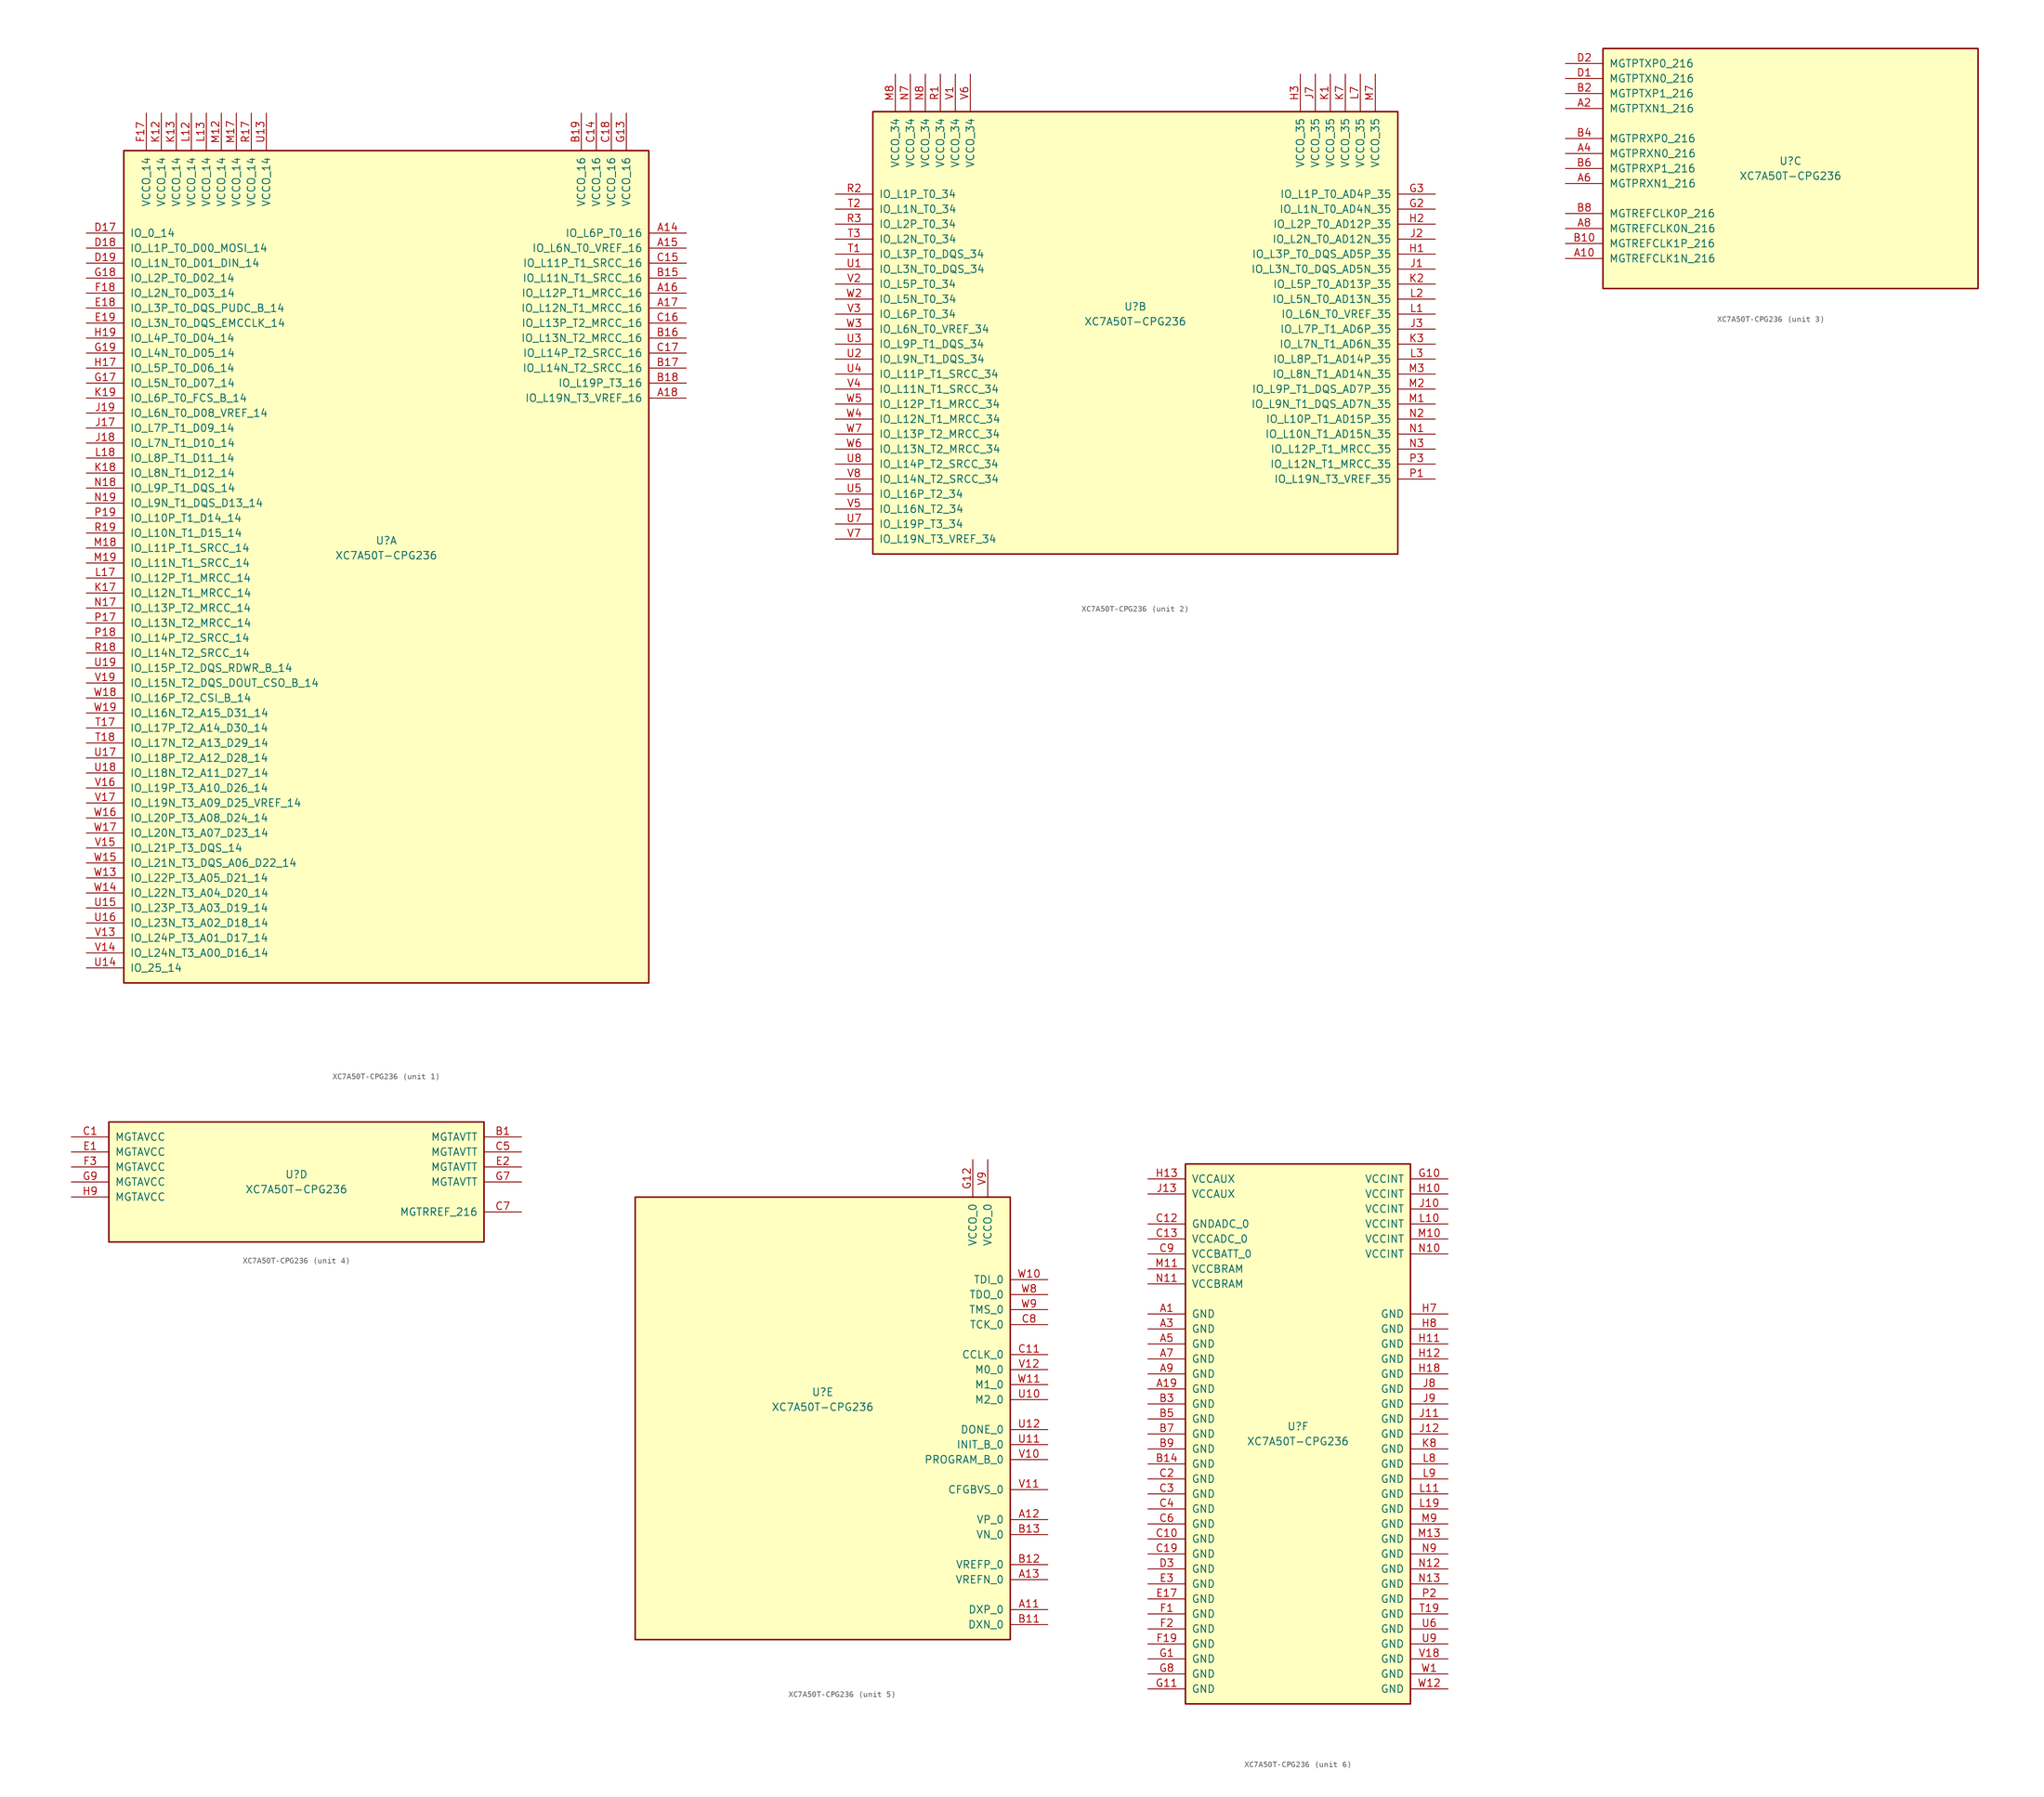
<source format=kicad_sym>
(kicad_symbol_lib
  (version 20211014)
  (generator kicad_symbol_editor)
  (symbol "XC7A50T-CPG236"
    (pin_names
      (offset 1.016))
    (property "Reference" "U"
      (at 0 1.27 0)
      (effects (font (size 1.27 1.27))))
    (property "Value" "XC7A50T-CPG236"
      (at 0 -1.27 0)
      (effects (font (size 1.27 1.27))))
    (property "Datasheet" ""
      (at 0 0 0)
      (effects (font (size 1.27 1.27))))
    (property "ki_locked" ""
      (at 0 0 0)
      (effects (font (size 1.27 1.27))))
    (symbol "XC7A50T-CPG236_1_1"
      (rectangle (start -44.45 67.31) (end 44.45 -73.66) (stroke (width 0.254) (type default) (color 0 0 0 0)) (fill (type background)))
      (pin bidirectional line (at 50.8 53.34 180) (length 6.35) (name "IO_L6P_T0_16" (effects (font (size 1.27 1.27)))) (number "A14" (effects (font (size 1.27 1.27)))))
      (pin bidirectional line (at 50.8 50.8 180) (length 6.35) (name "IO_L6N_T0_VREF_16" (effects (font (size 1.27 1.27)))) (number "A15" (effects (font (size 1.27 1.27)))))
      (pin bidirectional line (at 50.8 43.18 180) (length 6.35) (name "IO_L12P_T1_MRCC_16" (effects (font (size 1.27 1.27)))) (number "A16" (effects (font (size 1.27 1.27)))))
      (pin bidirectional line (at 50.8 40.64 180) (length 6.35) (name "IO_L12N_T1_MRCC_16" (effects (font (size 1.27 1.27)))) (number "A17" (effects (font (size 1.27 1.27)))))
      (pin bidirectional line (at 50.8 25.4 180) (length 6.35) (name "IO_L19N_T3_VREF_16" (effects (font (size 1.27 1.27)))) (number "A18" (effects (font (size 1.27 1.27)))))
      (pin bidirectional line (at 50.8 45.72 180) (length 6.35) (name "IO_L11N_T1_SRCC_16" (effects (font (size 1.27 1.27)))) (number "B15" (effects (font (size 1.27 1.27)))))
      (pin bidirectional line (at 50.8 35.56 180) (length 6.35) (name "IO_L13N_T2_MRCC_16" (effects (font (size 1.27 1.27)))) (number "B16" (effects (font (size 1.27 1.27)))))
      (pin bidirectional line (at 50.8 30.48 180) (length 6.35) (name "IO_L14N_T2_SRCC_16" (effects (font (size 1.27 1.27)))) (number "B17" (effects (font (size 1.27 1.27)))))
      (pin bidirectional line (at 50.8 27.94 180) (length 6.35) (name "IO_L19P_T3_16" (effects (font (size 1.27 1.27)))) (number "B18" (effects (font (size 1.27 1.27)))))
      (pin power_in line (at 33.02 73.66 270) (length 6.35) (name "VCCO_16" (effects (font (size 1.27 1.27)))) (number "B19" (effects (font (size 1.27 1.27)))))
      (pin power_in line (at 35.56 73.66 270) (length 6.35) (name "VCCO_16" (effects (font (size 1.27 1.27)))) (number "C14" (effects (font (size 1.27 1.27)))))
      (pin bidirectional line (at 50.8 48.26 180) (length 6.35) (name "IO_L11P_T1_SRCC_16" (effects (font (size 1.27 1.27)))) (number "C15" (effects (font (size 1.27 1.27)))))
      (pin bidirectional line (at 50.8 38.1 180) (length 6.35) (name "IO_L13P_T2_MRCC_16" (effects (font (size 1.27 1.27)))) (number "C16" (effects (font (size 1.27 1.27)))))
      (pin bidirectional line (at 50.8 33.02 180) (length 6.35) (name "IO_L14P_T2_SRCC_16" (effects (font (size 1.27 1.27)))) (number "C17" (effects (font (size 1.27 1.27)))))
      (pin power_in line (at 38.1 73.66 270) (length 6.35) (name "VCCO_16" (effects (font (size 1.27 1.27)))) (number "C18" (effects (font (size 1.27 1.27)))))
      (pin bidirectional line (at -50.8 53.34 0) (length 6.35) (name "IO_0_14" (effects (font (size 1.27 1.27)))) (number "D17" (effects (font (size 1.27 1.27)))))
      (pin bidirectional line (at -50.8 50.8 0) (length 6.35) (name "IO_L1P_T0_D00_MOSI_14" (effects (font (size 1.27 1.27)))) (number "D18" (effects (font (size 1.27 1.27)))))
      (pin bidirectional line (at -50.8 48.26 0) (length 6.35) (name "IO_L1N_T0_D01_DIN_14" (effects (font (size 1.27 1.27)))) (number "D19" (effects (font (size 1.27 1.27)))))
      (pin bidirectional line (at -50.8 40.64 0) (length 6.35) (name "IO_L3P_T0_DQS_PUDC_B_14" (effects (font (size 1.27 1.27)))) (number "E18" (effects (font (size 1.27 1.27)))))
      (pin bidirectional line (at -50.8 38.1 0) (length 6.35) (name "IO_L3N_T0_DQS_EMCCLK_14" (effects (font (size 1.27 1.27)))) (number "E19" (effects (font (size 1.27 1.27)))))
      (pin power_in line (at -40.64 73.66 270) (length 6.35) (name "VCCO_14" (effects (font (size 1.27 1.27)))) (number "F17" (effects (font (size 1.27 1.27)))))
      (pin bidirectional line (at -50.8 43.18 0) (length 6.35) (name "IO_L2N_T0_D03_14" (effects (font (size 1.27 1.27)))) (number "F18" (effects (font (size 1.27 1.27)))))
      (pin power_in line (at 40.64 73.66 270) (length 6.35) (name "VCCO_16" (effects (font (size 1.27 1.27)))) (number "G13" (effects (font (size 1.27 1.27)))))
      (pin bidirectional line (at -50.8 27.94 0) (length 6.35) (name "IO_L5N_T0_D07_14" (effects (font (size 1.27 1.27)))) (number "G17" (effects (font (size 1.27 1.27)))))
      (pin bidirectional line (at -50.8 45.72 0) (length 6.35) (name "IO_L2P_T0_D02_14" (effects (font (size 1.27 1.27)))) (number "G18" (effects (font (size 1.27 1.27)))))
      (pin bidirectional line (at -50.8 33.02 0) (length 6.35) (name "IO_L4N_T0_D05_14" (effects (font (size 1.27 1.27)))) (number "G19" (effects (font (size 1.27 1.27)))))
      (pin bidirectional line (at -50.8 30.48 0) (length 6.35) (name "IO_L5P_T0_D06_14" (effects (font (size 1.27 1.27)))) (number "H17" (effects (font (size 1.27 1.27)))))
      (pin bidirectional line (at -50.8 35.56 0) (length 6.35) (name "IO_L4P_T0_D04_14" (effects (font (size 1.27 1.27)))) (number "H19" (effects (font (size 1.27 1.27)))))
      (pin bidirectional line (at -50.8 20.32 0) (length 6.35) (name "IO_L7P_T1_D09_14" (effects (font (size 1.27 1.27)))) (number "J17" (effects (font (size 1.27 1.27)))))
      (pin bidirectional line (at -50.8 17.78 0) (length 6.35) (name "IO_L7N_T1_D10_14" (effects (font (size 1.27 1.27)))) (number "J18" (effects (font (size 1.27 1.27)))))
      (pin bidirectional line (at -50.8 22.86 0) (length 6.35) (name "IO_L6N_T0_D08_VREF_14" (effects (font (size 1.27 1.27)))) (number "J19" (effects (font (size 1.27 1.27)))))
      (pin power_in line (at -38.1 73.66 270) (length 6.35) (name "VCCO_14" (effects (font (size 1.27 1.27)))) (number "K12" (effects (font (size 1.27 1.27)))))
      (pin power_in line (at -35.56 73.66 270) (length 6.35) (name "VCCO_14" (effects (font (size 1.27 1.27)))) (number "K13" (effects (font (size 1.27 1.27)))))
      (pin bidirectional line (at -50.8 -7.62 0) (length 6.35) (name "IO_L12N_T1_MRCC_14" (effects (font (size 1.27 1.27)))) (number "K17" (effects (font (size 1.27 1.27)))))
      (pin bidirectional line (at -50.8 12.7 0) (length 6.35) (name "IO_L8N_T1_D12_14" (effects (font (size 1.27 1.27)))) (number "K18" (effects (font (size 1.27 1.27)))))
      (pin bidirectional line (at -50.8 25.4 0) (length 6.35) (name "IO_L6P_T0_FCS_B_14" (effects (font (size 1.27 1.27)))) (number "K19" (effects (font (size 1.27 1.27)))))
      (pin power_in line (at -33.02 73.66 270) (length 6.35) (name "VCCO_14" (effects (font (size 1.27 1.27)))) (number "L12" (effects (font (size 1.27 1.27)))))
      (pin power_in line (at -30.48 73.66 270) (length 6.35) (name "VCCO_14" (effects (font (size 1.27 1.27)))) (number "L13" (effects (font (size 1.27 1.27)))))
      (pin bidirectional line (at -50.8 -5.08 0) (length 6.35) (name "IO_L12P_T1_MRCC_14" (effects (font (size 1.27 1.27)))) (number "L17" (effects (font (size 1.27 1.27)))))
      (pin bidirectional line (at -50.8 15.24 0) (length 6.35) (name "IO_L8P_T1_D11_14" (effects (font (size 1.27 1.27)))) (number "L18" (effects (font (size 1.27 1.27)))))
      (pin power_in line (at -27.94 73.66 270) (length 6.35) (name "VCCO_14" (effects (font (size 1.27 1.27)))) (number "M12" (effects (font (size 1.27 1.27)))))
      (pin power_in line (at -25.4 73.66 270) (length 6.35) (name "VCCO_14" (effects (font (size 1.27 1.27)))) (number "M17" (effects (font (size 1.27 1.27)))))
      (pin bidirectional line (at -50.8 0 0) (length 6.35) (name "IO_L11P_T1_SRCC_14" (effects (font (size 1.27 1.27)))) (number "M18" (effects (font (size 1.27 1.27)))))
      (pin bidirectional line (at -50.8 -2.54 0) (length 6.35) (name "IO_L11N_T1_SRCC_14" (effects (font (size 1.27 1.27)))) (number "M19" (effects (font (size 1.27 1.27)))))
      (pin bidirectional line (at -50.8 -10.16 0) (length 6.35) (name "IO_L13P_T2_MRCC_14" (effects (font (size 1.27 1.27)))) (number "N17" (effects (font (size 1.27 1.27)))))
      (pin bidirectional line (at -50.8 10.16 0) (length 6.35) (name "IO_L9P_T1_DQS_14" (effects (font (size 1.27 1.27)))) (number "N18" (effects (font (size 1.27 1.27)))))
      (pin bidirectional line (at -50.8 7.62 0) (length 6.35) (name "IO_L9N_T1_DQS_D13_14" (effects (font (size 1.27 1.27)))) (number "N19" (effects (font (size 1.27 1.27)))))
      (pin bidirectional line (at -50.8 -12.7 0) (length 6.35) (name "IO_L13N_T2_MRCC_14" (effects (font (size 1.27 1.27)))) (number "P17" (effects (font (size 1.27 1.27)))))
      (pin bidirectional line (at -50.8 -15.24 0) (length 6.35) (name "IO_L14P_T2_SRCC_14" (effects (font (size 1.27 1.27)))) (number "P18" (effects (font (size 1.27 1.27)))))
      (pin bidirectional line (at -50.8 5.08 0) (length 6.35) (name "IO_L10P_T1_D14_14" (effects (font (size 1.27 1.27)))) (number "P19" (effects (font (size 1.27 1.27)))))
      (pin power_in line (at -22.86 73.66 270) (length 6.35) (name "VCCO_14" (effects (font (size 1.27 1.27)))) (number "R17" (effects (font (size 1.27 1.27)))))
      (pin bidirectional line (at -50.8 -17.78 0) (length 6.35) (name "IO_L14N_T2_SRCC_14" (effects (font (size 1.27 1.27)))) (number "R18" (effects (font (size 1.27 1.27)))))
      (pin bidirectional line (at -50.8 2.54 0) (length 6.35) (name "IO_L10N_T1_D15_14" (effects (font (size 1.27 1.27)))) (number "R19" (effects (font (size 1.27 1.27)))))
      (pin bidirectional line (at -50.8 -30.48 0) (length 6.35) (name "IO_L17P_T2_A14_D30_14" (effects (font (size 1.27 1.27)))) (number "T17" (effects (font (size 1.27 1.27)))))
      (pin bidirectional line (at -50.8 -33.02 0) (length 6.35) (name "IO_L17N_T2_A13_D29_14" (effects (font (size 1.27 1.27)))) (number "T18" (effects (font (size 1.27 1.27)))))
      (pin power_in line (at -20.32 73.66 270) (length 6.35) (name "VCCO_14" (effects (font (size 1.27 1.27)))) (number "U13" (effects (font (size 1.27 1.27)))))
      (pin bidirectional line (at -50.8 -71.12 0) (length 6.35) (name "IO_25_14" (effects (font (size 1.27 1.27)))) (number "U14" (effects (font (size 1.27 1.27)))))
      (pin bidirectional line (at -50.8 -60.96 0) (length 6.35) (name "IO_L23P_T3_A03_D19_14" (effects (font (size 1.27 1.27)))) (number "U15" (effects (font (size 1.27 1.27)))))
      (pin bidirectional line (at -50.8 -63.5 0) (length 6.35) (name "IO_L23N_T3_A02_D18_14" (effects (font (size 1.27 1.27)))) (number "U16" (effects (font (size 1.27 1.27)))))
      (pin bidirectional line (at -50.8 -35.56 0) (length 6.35) (name "IO_L18P_T2_A12_D28_14" (effects (font (size 1.27 1.27)))) (number "U17" (effects (font (size 1.27 1.27)))))
      (pin bidirectional line (at -50.8 -38.1 0) (length 6.35) (name "IO_L18N_T2_A11_D27_14" (effects (font (size 1.27 1.27)))) (number "U18" (effects (font (size 1.27 1.27)))))
      (pin bidirectional line (at -50.8 -20.32 0) (length 6.35) (name "IO_L15P_T2_DQS_RDWR_B_14" (effects (font (size 1.27 1.27)))) (number "U19" (effects (font (size 1.27 1.27)))))
      (pin bidirectional line (at -50.8 -66.04 0) (length 6.35) (name "IO_L24P_T3_A01_D17_14" (effects (font (size 1.27 1.27)))) (number "V13" (effects (font (size 1.27 1.27)))))
      (pin bidirectional line (at -50.8 -68.58 0) (length 6.35) (name "IO_L24N_T3_A00_D16_14" (effects (font (size 1.27 1.27)))) (number "V14" (effects (font (size 1.27 1.27)))))
      (pin bidirectional line (at -50.8 -50.8 0) (length 6.35) (name "IO_L21P_T3_DQS_14" (effects (font (size 1.27 1.27)))) (number "V15" (effects (font (size 1.27 1.27)))))
      (pin bidirectional line (at -50.8 -40.64 0) (length 6.35) (name "IO_L19P_T3_A10_D26_14" (effects (font (size 1.27 1.27)))) (number "V16" (effects (font (size 1.27 1.27)))))
      (pin bidirectional line (at -50.8 -43.18 0) (length 6.35) (name "IO_L19N_T3_A09_D25_VREF_14" (effects (font (size 1.27 1.27)))) (number "V17" (effects (font (size 1.27 1.27)))))
      (pin bidirectional line (at -50.8 -22.86 0) (length 6.35) (name "IO_L15N_T2_DQS_DOUT_CSO_B_14" (effects (font (size 1.27 1.27)))) (number "V19" (effects (font (size 1.27 1.27)))))
      (pin bidirectional line (at -50.8 -55.88 0) (length 6.35) (name "IO_L22P_T3_A05_D21_14" (effects (font (size 1.27 1.27)))) (number "W13" (effects (font (size 1.27 1.27)))))
      (pin bidirectional line (at -50.8 -58.42 0) (length 6.35) (name "IO_L22N_T3_A04_D20_14" (effects (font (size 1.27 1.27)))) (number "W14" (effects (font (size 1.27 1.27)))))
      (pin bidirectional line (at -50.8 -53.34 0) (length 6.35) (name "IO_L21N_T3_DQS_A06_D22_14" (effects (font (size 1.27 1.27)))) (number "W15" (effects (font (size 1.27 1.27)))))
      (pin bidirectional line (at -50.8 -45.72 0) (length 6.35) (name "IO_L20P_T3_A08_D24_14" (effects (font (size 1.27 1.27)))) (number "W16" (effects (font (size 1.27 1.27)))))
      (pin bidirectional line (at -50.8 -48.26 0) (length 6.35) (name "IO_L20N_T3_A07_D23_14" (effects (font (size 1.27 1.27)))) (number "W17" (effects (font (size 1.27 1.27)))))
      (pin bidirectional line (at -50.8 -25.4 0) (length 6.35) (name "IO_L16P_T2_CSI_B_14" (effects (font (size 1.27 1.27)))) (number "W18" (effects (font (size 1.27 1.27)))))
      (pin bidirectional line (at -50.8 -27.94 0) (length 6.35) (name "IO_L16N_T2_A15_D31_14" (effects (font (size 1.27 1.27)))) (number "W19" (effects (font (size 1.27 1.27))))))
    (symbol "XC7A50T-CPG236_2_1"
      (rectangle (start -44.45 34.29) (end 44.45 -40.64) (stroke (width 0.254) (type default) (color 0 0 0 0)) (fill (type background)))
      (pin bidirectional line (at 50.8 17.78 180) (length 6.35) (name "IO_L1N_T0_AD4N_35" (effects (font (size 1.27 1.27)))) (number "G2" (effects (font (size 1.27 1.27)))))
      (pin bidirectional line (at 50.8 20.32 180) (length 6.35) (name "IO_L1P_T0_AD4P_35" (effects (font (size 1.27 1.27)))) (number "G3" (effects (font (size 1.27 1.27)))))
      (pin bidirectional line (at 50.8 10.16 180) (length 6.35) (name "IO_L3P_T0_DQS_AD5P_35" (effects (font (size 1.27 1.27)))) (number "H1" (effects (font (size 1.27 1.27)))))
      (pin bidirectional line (at 50.8 15.24 180) (length 6.35) (name "IO_L2P_T0_AD12P_35" (effects (font (size 1.27 1.27)))) (number "H2" (effects (font (size 1.27 1.27)))))
      (pin power_in line (at 27.94 40.64 270) (length 6.35) (name "VCCO_35" (effects (font (size 1.27 1.27)))) (number "H3" (effects (font (size 1.27 1.27)))))
      (pin bidirectional line (at 50.8 7.62 180) (length 6.35) (name "IO_L3N_T0_DQS_AD5N_35" (effects (font (size 1.27 1.27)))) (number "J1" (effects (font (size 1.27 1.27)))))
      (pin bidirectional line (at 50.8 12.7 180) (length 6.35) (name "IO_L2N_T0_AD12N_35" (effects (font (size 1.27 1.27)))) (number "J2" (effects (font (size 1.27 1.27)))))
      (pin bidirectional line (at 50.8 -2.54 180) (length 6.35) (name "IO_L7P_T1_AD6P_35" (effects (font (size 1.27 1.27)))) (number "J3" (effects (font (size 1.27 1.27)))))
      (pin power_in line (at 30.48 40.64 270) (length 6.35) (name "VCCO_35" (effects (font (size 1.27 1.27)))) (number "J7" (effects (font (size 1.27 1.27)))))
      (pin power_in line (at 33.02 40.64 270) (length 6.35) (name "VCCO_35" (effects (font (size 1.27 1.27)))) (number "K1" (effects (font (size 1.27 1.27)))))
      (pin bidirectional line (at 50.8 5.08 180) (length 6.35) (name "IO_L5P_T0_AD13P_35" (effects (font (size 1.27 1.27)))) (number "K2" (effects (font (size 1.27 1.27)))))
      (pin bidirectional line (at 50.8 -5.08 180) (length 6.35) (name "IO_L7N_T1_AD6N_35" (effects (font (size 1.27 1.27)))) (number "K3" (effects (font (size 1.27 1.27)))))
      (pin power_in line (at 35.56 40.64 270) (length 6.35) (name "VCCO_35" (effects (font (size 1.27 1.27)))) (number "K7" (effects (font (size 1.27 1.27)))))
      (pin bidirectional line (at 50.8 0 180) (length 6.35) (name "IO_L6N_T0_VREF_35" (effects (font (size 1.27 1.27)))) (number "L1" (effects (font (size 1.27 1.27)))))
      (pin bidirectional line (at 50.8 2.54 180) (length 6.35) (name "IO_L5N_T0_AD13N_35" (effects (font (size 1.27 1.27)))) (number "L2" (effects (font (size 1.27 1.27)))))
      (pin bidirectional line (at 50.8 -7.62 180) (length 6.35) (name "IO_L8P_T1_AD14P_35" (effects (font (size 1.27 1.27)))) (number "L3" (effects (font (size 1.27 1.27)))))
      (pin power_in line (at 38.1 40.64 270) (length 6.35) (name "VCCO_35" (effects (font (size 1.27 1.27)))) (number "L7" (effects (font (size 1.27 1.27)))))
      (pin bidirectional line (at 50.8 -15.24 180) (length 6.35) (name "IO_L9N_T1_DQS_AD7N_35" (effects (font (size 1.27 1.27)))) (number "M1" (effects (font (size 1.27 1.27)))))
      (pin bidirectional line (at 50.8 -12.7 180) (length 6.35) (name "IO_L9P_T1_DQS_AD7P_35" (effects (font (size 1.27 1.27)))) (number "M2" (effects (font (size 1.27 1.27)))))
      (pin bidirectional line (at 50.8 -10.16 180) (length 6.35) (name "IO_L8N_T1_AD14N_35" (effects (font (size 1.27 1.27)))) (number "M3" (effects (font (size 1.27 1.27)))))
      (pin power_in line (at 40.64 40.64 270) (length 6.35) (name "VCCO_35" (effects (font (size 1.27 1.27)))) (number "M7" (effects (font (size 1.27 1.27)))))
      (pin power_in line (at -40.64 40.64 270) (length 6.35) (name "VCCO_34" (effects (font (size 1.27 1.27)))) (number "M8" (effects (font (size 1.27 1.27)))))
      (pin bidirectional line (at 50.8 -20.32 180) (length 6.35) (name "IO_L10N_T1_AD15N_35" (effects (font (size 1.27 1.27)))) (number "N1" (effects (font (size 1.27 1.27)))))
      (pin bidirectional line (at 50.8 -17.78 180) (length 6.35) (name "IO_L10P_T1_AD15P_35" (effects (font (size 1.27 1.27)))) (number "N2" (effects (font (size 1.27 1.27)))))
      (pin bidirectional line (at 50.8 -22.86 180) (length 6.35) (name "IO_L12P_T1_MRCC_35" (effects (font (size 1.27 1.27)))) (number "N3" (effects (font (size 1.27 1.27)))))
      (pin power_in line (at -38.1 40.64 270) (length 6.35) (name "VCCO_34" (effects (font (size 1.27 1.27)))) (number "N7" (effects (font (size 1.27 1.27)))))
      (pin power_in line (at -35.56 40.64 270) (length 6.35) (name "VCCO_34" (effects (font (size 1.27 1.27)))) (number "N8" (effects (font (size 1.27 1.27)))))
      (pin bidirectional line (at 50.8 -27.94 180) (length 6.35) (name "IO_L19N_T3_VREF_35" (effects (font (size 1.27 1.27)))) (number "P1" (effects (font (size 1.27 1.27)))))
      (pin bidirectional line (at 50.8 -25.4 180) (length 6.35) (name "IO_L12N_T1_MRCC_35" (effects (font (size 1.27 1.27)))) (number "P3" (effects (font (size 1.27 1.27)))))
      (pin power_in line (at -33.02 40.64 270) (length 6.35) (name "VCCO_34" (effects (font (size 1.27 1.27)))) (number "R1" (effects (font (size 1.27 1.27)))))
      (pin bidirectional line (at -50.8 20.32 0) (length 6.35) (name "IO_L1P_T0_34" (effects (font (size 1.27 1.27)))) (number "R2" (effects (font (size 1.27 1.27)))))
      (pin bidirectional line (at -50.8 15.24 0) (length 6.35) (name "IO_L2P_T0_34" (effects (font (size 1.27 1.27)))) (number "R3" (effects (font (size 1.27 1.27)))))
      (pin bidirectional line (at -50.8 10.16 0) (length 6.35) (name "IO_L3P_T0_DQS_34" (effects (font (size 1.27 1.27)))) (number "T1" (effects (font (size 1.27 1.27)))))
      (pin bidirectional line (at -50.8 17.78 0) (length 6.35) (name "IO_L1N_T0_34" (effects (font (size 1.27 1.27)))) (number "T2" (effects (font (size 1.27 1.27)))))
      (pin bidirectional line (at -50.8 12.7 0) (length 6.35) (name "IO_L2N_T0_34" (effects (font (size 1.27 1.27)))) (number "T3" (effects (font (size 1.27 1.27)))))
      (pin bidirectional line (at -50.8 7.62 0) (length 6.35) (name "IO_L3N_T0_DQS_34" (effects (font (size 1.27 1.27)))) (number "U1" (effects (font (size 1.27 1.27)))))
      (pin bidirectional line (at -50.8 -7.62 0) (length 6.35) (name "IO_L9N_T1_DQS_34" (effects (font (size 1.27 1.27)))) (number "U2" (effects (font (size 1.27 1.27)))))
      (pin bidirectional line (at -50.8 -5.08 0) (length 6.35) (name "IO_L9P_T1_DQS_34" (effects (font (size 1.27 1.27)))) (number "U3" (effects (font (size 1.27 1.27)))))
      (pin bidirectional line (at -50.8 -10.16 0) (length 6.35) (name "IO_L11P_T1_SRCC_34" (effects (font (size 1.27 1.27)))) (number "U4" (effects (font (size 1.27 1.27)))))
      (pin bidirectional line (at -50.8 -30.48 0) (length 6.35) (name "IO_L16P_T2_34" (effects (font (size 1.27 1.27)))) (number "U5" (effects (font (size 1.27 1.27)))))
      (pin bidirectional line (at -50.8 -35.56 0) (length 6.35) (name "IO_L19P_T3_34" (effects (font (size 1.27 1.27)))) (number "U7" (effects (font (size 1.27 1.27)))))
      (pin bidirectional line (at -50.8 -25.4 0) (length 6.35) (name "IO_L14P_T2_SRCC_34" (effects (font (size 1.27 1.27)))) (number "U8" (effects (font (size 1.27 1.27)))))
      (pin power_in line (at -30.48 40.64 270) (length 6.35) (name "VCCO_34" (effects (font (size 1.27 1.27)))) (number "V1" (effects (font (size 1.27 1.27)))))
      (pin bidirectional line (at -50.8 5.08 0) (length 6.35) (name "IO_L5P_T0_34" (effects (font (size 1.27 1.27)))) (number "V2" (effects (font (size 1.27 1.27)))))
      (pin bidirectional line (at -50.8 0 0) (length 6.35) (name "IO_L6P_T0_34" (effects (font (size 1.27 1.27)))) (number "V3" (effects (font (size 1.27 1.27)))))
      (pin bidirectional line (at -50.8 -12.7 0) (length 6.35) (name "IO_L11N_T1_SRCC_34" (effects (font (size 1.27 1.27)))) (number "V4" (effects (font (size 1.27 1.27)))))
      (pin bidirectional line (at -50.8 -33.02 0) (length 6.35) (name "IO_L16N_T2_34" (effects (font (size 1.27 1.27)))) (number "V5" (effects (font (size 1.27 1.27)))))
      (pin power_in line (at -27.94 40.64 270) (length 6.35) (name "VCCO_34" (effects (font (size 1.27 1.27)))) (number "V6" (effects (font (size 1.27 1.27)))))
      (pin bidirectional line (at -50.8 -38.1 0) (length 6.35) (name "IO_L19N_T3_VREF_34" (effects (font (size 1.27 1.27)))) (number "V7" (effects (font (size 1.27 1.27)))))
      (pin bidirectional line (at -50.8 -27.94 0) (length 6.35) (name "IO_L14N_T2_SRCC_34" (effects (font (size 1.27 1.27)))) (number "V8" (effects (font (size 1.27 1.27)))))
      (pin bidirectional line (at -50.8 2.54 0) (length 6.35) (name "IO_L5N_T0_34" (effects (font (size 1.27 1.27)))) (number "W2" (effects (font (size 1.27 1.27)))))
      (pin bidirectional line (at -50.8 -2.54 0) (length 6.35) (name "IO_L6N_T0_VREF_34" (effects (font (size 1.27 1.27)))) (number "W3" (effects (font (size 1.27 1.27)))))
      (pin bidirectional line (at -50.8 -17.78 0) (length 6.35) (name "IO_L12N_T1_MRCC_34" (effects (font (size 1.27 1.27)))) (number "W4" (effects (font (size 1.27 1.27)))))
      (pin bidirectional line (at -50.8 -15.24 0) (length 6.35) (name "IO_L12P_T1_MRCC_34" (effects (font (size 1.27 1.27)))) (number "W5" (effects (font (size 1.27 1.27)))))
      (pin bidirectional line (at -50.8 -22.86 0) (length 6.35) (name "IO_L13N_T2_MRCC_34" (effects (font (size 1.27 1.27)))) (number "W6" (effects (font (size 1.27 1.27)))))
      (pin bidirectional line (at -50.8 -20.32 0) (length 6.35) (name "IO_L13P_T2_MRCC_34" (effects (font (size 1.27 1.27)))) (number "W7" (effects (font (size 1.27 1.27))))))
    (symbol "XC7A50T-CPG236_3_1"
      (rectangle (start -31.75 20.32) (end 31.75 -20.32) (stroke (width 0.254) (type default) (color 0 0 0 0)) (fill (type background)))
      (pin bidirectional line (at -38.1 -15.24 0) (length 6.35) (name "MGTREFCLK1N_216" (effects (font (size 1.27 1.27)))) (number "A10" (effects (font (size 1.27 1.27)))))
      (pin bidirectional line (at -38.1 10.16 0) (length 6.35) (name "MGTPTXN1_216" (effects (font (size 1.27 1.27)))) (number "A2" (effects (font (size 1.27 1.27)))))
      (pin bidirectional line (at -38.1 2.54 0) (length 6.35) (name "MGTPRXN0_216" (effects (font (size 1.27 1.27)))) (number "A4" (effects (font (size 1.27 1.27)))))
      (pin bidirectional line (at -38.1 -2.54 0) (length 6.35) (name "MGTPRXN1_216" (effects (font (size 1.27 1.27)))) (number "A6" (effects (font (size 1.27 1.27)))))
      (pin bidirectional line (at -38.1 -10.16 0) (length 6.35) (name "MGTREFCLK0N_216" (effects (font (size 1.27 1.27)))) (number "A8" (effects (font (size 1.27 1.27)))))
      (pin bidirectional line (at -38.1 -12.7 0) (length 6.35) (name "MGTREFCLK1P_216" (effects (font (size 1.27 1.27)))) (number "B10" (effects (font (size 1.27 1.27)))))
      (pin bidirectional line (at -38.1 12.7 0) (length 6.35) (name "MGTPTXP1_216" (effects (font (size 1.27 1.27)))) (number "B2" (effects (font (size 1.27 1.27)))))
      (pin bidirectional line (at -38.1 5.08 0) (length 6.35) (name "MGTPRXP0_216" (effects (font (size 1.27 1.27)))) (number "B4" (effects (font (size 1.27 1.27)))))
      (pin bidirectional line (at -38.1 0 0) (length 6.35) (name "MGTPRXP1_216" (effects (font (size 1.27 1.27)))) (number "B6" (effects (font (size 1.27 1.27)))))
      (pin bidirectional line (at -38.1 -7.62 0) (length 6.35) (name "MGTREFCLK0P_216" (effects (font (size 1.27 1.27)))) (number "B8" (effects (font (size 1.27 1.27)))))
      (pin bidirectional line (at -38.1 15.24 0) (length 6.35) (name "MGTPTXN0_216" (effects (font (size 1.27 1.27)))) (number "D1" (effects (font (size 1.27 1.27)))))
      (pin bidirectional line (at -38.1 17.78 0) (length 6.35) (name "MGTPTXP0_216" (effects (font (size 1.27 1.27)))) (number "D2" (effects (font (size 1.27 1.27))))))
    (symbol "XC7A50T-CPG236_4_1"
      (rectangle (start -31.75 10.16) (end 31.75 -10.16) (stroke (width 0.254) (type default) (color 0 0 0 0)) (fill (type background)))
      (pin power_in line (at 38.1 7.62 180) (length 6.35) (name "MGTAVTT" (effects (font (size 1.27 1.27)))) (number "B1" (effects (font (size 1.27 1.27)))))
      (pin power_in line (at -38.1 7.62 0) (length 6.35) (name "MGTAVCC" (effects (font (size 1.27 1.27)))) (number "C1" (effects (font (size 1.27 1.27)))))
      (pin power_in line (at 38.1 5.08 180) (length 6.35) (name "MGTAVTT" (effects (font (size 1.27 1.27)))) (number "C5" (effects (font (size 1.27 1.27)))))
      (pin power_in line (at 38.1 -5.08 180) (length 6.35) (name "MGTRREF_216" (effects (font (size 1.27 1.27)))) (number "C7" (effects (font (size 1.27 1.27)))))
      (pin power_in line (at -38.1 5.08 0) (length 6.35) (name "MGTAVCC" (effects (font (size 1.27 1.27)))) (number "E1" (effects (font (size 1.27 1.27)))))
      (pin power_in line (at 38.1 2.54 180) (length 6.35) (name "MGTAVTT" (effects (font (size 1.27 1.27)))) (number "E2" (effects (font (size 1.27 1.27)))))
      (pin power_in line (at -38.1 2.54 0) (length 6.35) (name "MGTAVCC" (effects (font (size 1.27 1.27)))) (number "F3" (effects (font (size 1.27 1.27)))))
      (pin power_in line (at 38.1 0 180) (length 6.35) (name "MGTAVTT" (effects (font (size 1.27 1.27)))) (number "G7" (effects (font (size 1.27 1.27)))))
      (pin power_in line (at -38.1 0 0) (length 6.35) (name "MGTAVCC" (effects (font (size 1.27 1.27)))) (number "G9" (effects (font (size 1.27 1.27)))))
      (pin power_in line (at -38.1 -2.54 0) (length 6.35) (name "MGTAVCC" (effects (font (size 1.27 1.27)))) (number "H9" (effects (font (size 1.27 1.27))))))
    (symbol "XC7A50T-CPG236_5_1"
      (rectangle (start -31.75 34.29) (end 31.75 -40.64) (stroke (width 0.254) (type default) (color 0 0 0 0)) (fill (type background)))
      (pin bidirectional line (at 38.1 -35.56 180) (length 6.35) (name "DXP_0" (effects (font (size 1.27 1.27)))) (number "A11" (effects (font (size 1.27 1.27)))))
      (pin bidirectional line (at 38.1 -20.32 180) (length 6.35) (name "VP_0" (effects (font (size 1.27 1.27)))) (number "A12" (effects (font (size 1.27 1.27)))))
      (pin bidirectional line (at 38.1 -30.48 180) (length 6.35) (name "VREFN_0" (effects (font (size 1.27 1.27)))) (number "A13" (effects (font (size 1.27 1.27)))))
      (pin bidirectional line (at 38.1 -38.1 180) (length 6.35) (name "DXN_0" (effects (font (size 1.27 1.27)))) (number "B11" (effects (font (size 1.27 1.27)))))
      (pin bidirectional line (at 38.1 -27.94 180) (length 6.35) (name "VREFP_0" (effects (font (size 1.27 1.27)))) (number "B12" (effects (font (size 1.27 1.27)))))
      (pin bidirectional line (at 38.1 -22.86 180) (length 6.35) (name "VN_0" (effects (font (size 1.27 1.27)))) (number "B13" (effects (font (size 1.27 1.27)))))
      (pin bidirectional line (at 38.1 7.62 180) (length 6.35) (name "CCLK_0" (effects (font (size 1.27 1.27)))) (number "C11" (effects (font (size 1.27 1.27)))))
      (pin bidirectional line (at 38.1 12.7 180) (length 6.35) (name "TCK_0" (effects (font (size 1.27 1.27)))) (number "C8" (effects (font (size 1.27 1.27)))))
      (pin power_in line (at 25.4 40.64 270) (length 6.35) (name "VCCO_0" (effects (font (size 1.27 1.27)))) (number "G12" (effects (font (size 1.27 1.27)))))
      (pin bidirectional line (at 38.1 0 180) (length 6.35) (name "M2_0" (effects (font (size 1.27 1.27)))) (number "U10" (effects (font (size 1.27 1.27)))))
      (pin bidirectional line (at 38.1 -7.62 180) (length 6.35) (name "INIT_B_0" (effects (font (size 1.27 1.27)))) (number "U11" (effects (font (size 1.27 1.27)))))
      (pin bidirectional line (at 38.1 -5.08 180) (length 6.35) (name "DONE_0" (effects (font (size 1.27 1.27)))) (number "U12" (effects (font (size 1.27 1.27)))))
      (pin bidirectional line (at 38.1 -10.16 180) (length 6.35) (name "PROGRAM_B_0" (effects (font (size 1.27 1.27)))) (number "V10" (effects (font (size 1.27 1.27)))))
      (pin bidirectional line (at 38.1 -15.24 180) (length 6.35) (name "CFGBVS_0" (effects (font (size 1.27 1.27)))) (number "V11" (effects (font (size 1.27 1.27)))))
      (pin bidirectional line (at 38.1 5.08 180) (length 6.35) (name "M0_0" (effects (font (size 1.27 1.27)))) (number "V12" (effects (font (size 1.27 1.27)))))
      (pin power_in line (at 27.94 40.64 270) (length 6.35) (name "VCCO_0" (effects (font (size 1.27 1.27)))) (number "V9" (effects (font (size 1.27 1.27)))))
      (pin bidirectional line (at 38.1 20.32 180) (length 6.35) (name "TDI_0" (effects (font (size 1.27 1.27)))) (number "W10" (effects (font (size 1.27 1.27)))))
      (pin bidirectional line (at 38.1 2.54 180) (length 6.35) (name "M1_0" (effects (font (size 1.27 1.27)))) (number "W11" (effects (font (size 1.27 1.27)))))
      (pin bidirectional line (at 38.1 17.78 180) (length 6.35) (name "TDO_0" (effects (font (size 1.27 1.27)))) (number "W8" (effects (font (size 1.27 1.27)))))
      (pin bidirectional line (at 38.1 15.24 180) (length 6.35) (name "TMS_0" (effects (font (size 1.27 1.27)))) (number "W9" (effects (font (size 1.27 1.27))))))
    (symbol "XC7A50T-CPG236_6_1"
      (rectangle (start -19.05 45.72) (end 19.05 -45.72) (stroke (width 0.254) (type default) (color 0 0 0 0)) (fill (type background)))
      (pin power_in line (at -25.4 20.32 0) (length 6.35) (name "GND" (effects (font (size 1.27 1.27)))) (number "A1" (effects (font (size 1.27 1.27)))))
      (pin power_in line (at -25.4 7.62 0) (length 6.35) (name "GND" (effects (font (size 1.27 1.27)))) (number "A19" (effects (font (size 1.27 1.27)))))
      (pin power_in line (at -25.4 17.78 0) (length 6.35) (name "GND" (effects (font (size 1.27 1.27)))) (number "A3" (effects (font (size 1.27 1.27)))))
      (pin power_in line (at -25.4 15.24 0) (length 6.35) (name "GND" (effects (font (size 1.27 1.27)))) (number "A5" (effects (font (size 1.27 1.27)))))
      (pin power_in line (at -25.4 12.7 0) (length 6.35) (name "GND" (effects (font (size 1.27 1.27)))) (number "A7" (effects (font (size 1.27 1.27)))))
      (pin power_in line (at -25.4 10.16 0) (length 6.35) (name "GND" (effects (font (size 1.27 1.27)))) (number "A9" (effects (font (size 1.27 1.27)))))
      (pin power_in line (at -25.4 -5.08 0) (length 6.35) (name "GND" (effects (font (size 1.27 1.27)))) (number "B14" (effects (font (size 1.27 1.27)))))
      (pin power_in line (at -25.4 5.08 0) (length 6.35) (name "GND" (effects (font (size 1.27 1.27)))) (number "B3" (effects (font (size 1.27 1.27)))))
      (pin power_in line (at -25.4 2.54 0) (length 6.35) (name "GND" (effects (font (size 1.27 1.27)))) (number "B5" (effects (font (size 1.27 1.27)))))
      (pin power_in line (at -25.4 0 0) (length 6.35) (name "GND" (effects (font (size 1.27 1.27)))) (number "B7" (effects (font (size 1.27 1.27)))))
      (pin power_in line (at -25.4 -2.54 0) (length 6.35) (name "GND" (effects (font (size 1.27 1.27)))) (number "B9" (effects (font (size 1.27 1.27)))))
      (pin power_in line (at -25.4 -17.78 0) (length 6.35) (name "GND" (effects (font (size 1.27 1.27)))) (number "C10" (effects (font (size 1.27 1.27)))))
      (pin power_in line (at -25.4 35.56 0) (length 6.35) (name "GNDADC_0" (effects (font (size 1.27 1.27)))) (number "C12" (effects (font (size 1.27 1.27)))))
      (pin power_in line (at -25.4 33.02 0) (length 6.35) (name "VCCADC_0" (effects (font (size 1.27 1.27)))) (number "C13" (effects (font (size 1.27 1.27)))))
      (pin power_in line (at -25.4 -20.32 0) (length 6.35) (name "GND" (effects (font (size 1.27 1.27)))) (number "C19" (effects (font (size 1.27 1.27)))))
      (pin power_in line (at -25.4 -7.62 0) (length 6.35) (name "GND" (effects (font (size 1.27 1.27)))) (number "C2" (effects (font (size 1.27 1.27)))))
      (pin power_in line (at -25.4 -10.16 0) (length 6.35) (name "GND" (effects (font (size 1.27 1.27)))) (number "C3" (effects (font (size 1.27 1.27)))))
      (pin power_in line (at -25.4 -12.7 0) (length 6.35) (name "GND" (effects (font (size 1.27 1.27)))) (number "C4" (effects (font (size 1.27 1.27)))))
      (pin power_in line (at -25.4 -15.24 0) (length 6.35) (name "GND" (effects (font (size 1.27 1.27)))) (number "C6" (effects (font (size 1.27 1.27)))))
      (pin power_in line (at -25.4 30.48 0) (length 6.35) (name "VCCBATT_0" (effects (font (size 1.27 1.27)))) (number "C9" (effects (font (size 1.27 1.27)))))
      (pin power_in line (at -25.4 -22.86 0) (length 6.35) (name "GND" (effects (font (size 1.27 1.27)))) (number "D3" (effects (font (size 1.27 1.27)))))
      (pin power_in line (at -25.4 -27.94 0) (length 6.35) (name "GND" (effects (font (size 1.27 1.27)))) (number "E17" (effects (font (size 1.27 1.27)))))
      (pin power_in line (at -25.4 -25.4 0) (length 6.35) (name "GND" (effects (font (size 1.27 1.27)))) (number "E3" (effects (font (size 1.27 1.27)))))
      (pin power_in line (at -25.4 -30.48 0) (length 6.35) (name "GND" (effects (font (size 1.27 1.27)))) (number "F1" (effects (font (size 1.27 1.27)))))
      (pin power_in line (at -25.4 -35.56 0) (length 6.35) (name "GND" (effects (font (size 1.27 1.27)))) (number "F19" (effects (font (size 1.27 1.27)))))
      (pin power_in line (at -25.4 -33.02 0) (length 6.35) (name "GND" (effects (font (size 1.27 1.27)))) (number "F2" (effects (font (size 1.27 1.27)))))
      (pin power_in line (at -25.4 -38.1 0) (length 6.35) (name "GND" (effects (font (size 1.27 1.27)))) (number "G1" (effects (font (size 1.27 1.27)))))
      (pin power_in line (at 25.4 43.18 180) (length 6.35) (name "VCCINT" (effects (font (size 1.27 1.27)))) (number "G10" (effects (font (size 1.27 1.27)))))
      (pin power_in line (at -25.4 -43.18 0) (length 6.35) (name "GND" (effects (font (size 1.27 1.27)))) (number "G11" (effects (font (size 1.27 1.27)))))
      (pin power_in line (at -25.4 -40.64 0) (length 6.35) (name "GND" (effects (font (size 1.27 1.27)))) (number "G8" (effects (font (size 1.27 1.27)))))
      (pin power_in line (at 25.4 40.64 180) (length 6.35) (name "VCCINT" (effects (font (size 1.27 1.27)))) (number "H10" (effects (font (size 1.27 1.27)))))
      (pin power_in line (at 25.4 15.24 180) (length 6.35) (name "GND" (effects (font (size 1.27 1.27)))) (number "H11" (effects (font (size 1.27 1.27)))))
      (pin power_in line (at 25.4 12.7 180) (length 6.35) (name "GND" (effects (font (size 1.27 1.27)))) (number "H12" (effects (font (size 1.27 1.27)))))
      (pin power_in line (at -25.4 43.18 0) (length 6.35) (name "VCCAUX" (effects (font (size 1.27 1.27)))) (number "H13" (effects (font (size 1.27 1.27)))))
      (pin power_in line (at 25.4 10.16 180) (length 6.35) (name "GND" (effects (font (size 1.27 1.27)))) (number "H18" (effects (font (size 1.27 1.27)))))
      (pin power_in line (at 25.4 20.32 180) (length 6.35) (name "GND" (effects (font (size 1.27 1.27)))) (number "H7" (effects (font (size 1.27 1.27)))))
      (pin power_in line (at 25.4 17.78 180) (length 6.35) (name "GND" (effects (font (size 1.27 1.27)))) (number "H8" (effects (font (size 1.27 1.27)))))
      (pin power_in line (at 25.4 38.1 180) (length 6.35) (name "VCCINT" (effects (font (size 1.27 1.27)))) (number "J10" (effects (font (size 1.27 1.27)))))
      (pin power_in line (at 25.4 2.54 180) (length 6.35) (name "GND" (effects (font (size 1.27 1.27)))) (number "J11" (effects (font (size 1.27 1.27)))))
      (pin power_in line (at 25.4 0 180) (length 6.35) (name "GND" (effects (font (size 1.27 1.27)))) (number "J12" (effects (font (size 1.27 1.27)))))
      (pin power_in line (at -25.4 40.64 0) (length 6.35) (name "VCCAUX" (effects (font (size 1.27 1.27)))) (number "J13" (effects (font (size 1.27 1.27)))))
      (pin power_in line (at 25.4 7.62 180) (length 6.35) (name "GND" (effects (font (size 1.27 1.27)))) (number "J8" (effects (font (size 1.27 1.27)))))
      (pin power_in line (at 25.4 5.08 180) (length 6.35) (name "GND" (effects (font (size 1.27 1.27)))) (number "J9" (effects (font (size 1.27 1.27)))))
      (pin power_in line (at 25.4 -2.54 180) (length 6.35) (name "GND" (effects (font (size 1.27 1.27)))) (number "K8" (effects (font (size 1.27 1.27)))))
      (pin power_in line (at 25.4 35.56 180) (length 6.35) (name "VCCINT" (effects (font (size 1.27 1.27)))) (number "L10" (effects (font (size 1.27 1.27)))))
      (pin power_in line (at 25.4 -10.16 180) (length 6.35) (name "GND" (effects (font (size 1.27 1.27)))) (number "L11" (effects (font (size 1.27 1.27)))))
      (pin power_in line (at 25.4 -12.7 180) (length 6.35) (name "GND" (effects (font (size 1.27 1.27)))) (number "L19" (effects (font (size 1.27 1.27)))))
      (pin power_in line (at 25.4 -5.08 180) (length 6.35) (name "GND" (effects (font (size 1.27 1.27)))) (number "L8" (effects (font (size 1.27 1.27)))))
      (pin power_in line (at 25.4 -7.62 180) (length 6.35) (name "GND" (effects (font (size 1.27 1.27)))) (number "L9" (effects (font (size 1.27 1.27)))))
      (pin power_in line (at 25.4 33.02 180) (length 6.35) (name "VCCINT" (effects (font (size 1.27 1.27)))) (number "M10" (effects (font (size 1.27 1.27)))))
      (pin power_in line (at -25.4 27.94 0) (length 6.35) (name "VCCBRAM" (effects (font (size 1.27 1.27)))) (number "M11" (effects (font (size 1.27 1.27)))))
      (pin power_in line (at 25.4 -17.78 180) (length 6.35) (name "GND" (effects (font (size 1.27 1.27)))) (number "M13" (effects (font (size 1.27 1.27)))))
      (pin power_in line (at 25.4 -15.24 180) (length 6.35) (name "GND" (effects (font (size 1.27 1.27)))) (number "M9" (effects (font (size 1.27 1.27)))))
      (pin power_in line (at 25.4 30.48 180) (length 6.35) (name "VCCINT" (effects (font (size 1.27 1.27)))) (number "N10" (effects (font (size 1.27 1.27)))))
      (pin power_in line (at -25.4 25.4 0) (length 6.35) (name "VCCBRAM" (effects (font (size 1.27 1.27)))) (number "N11" (effects (font (size 1.27 1.27)))))
      (pin power_in line (at 25.4 -22.86 180) (length 6.35) (name "GND" (effects (font (size 1.27 1.27)))) (number "N12" (effects (font (size 1.27 1.27)))))
      (pin power_in line (at 25.4 -25.4 180) (length 6.35) (name "GND" (effects (font (size 1.27 1.27)))) (number "N13" (effects (font (size 1.27 1.27)))))
      (pin power_in line (at 25.4 -20.32 180) (length 6.35) (name "GND" (effects (font (size 1.27 1.27)))) (number "N9" (effects (font (size 1.27 1.27)))))
      (pin power_in line (at 25.4 -27.94 180) (length 6.35) (name "GND" (effects (font (size 1.27 1.27)))) (number "P2" (effects (font (size 1.27 1.27)))))
      (pin power_in line (at 25.4 -30.48 180) (length 6.35) (name "GND" (effects (font (size 1.27 1.27)))) (number "T19" (effects (font (size 1.27 1.27)))))
      (pin power_in line (at 25.4 -33.02 180) (length 6.35) (name "GND" (effects (font (size 1.27 1.27)))) (number "U6" (effects (font (size 1.27 1.27)))))
      (pin power_in line (at 25.4 -35.56 180) (length 6.35) (name "GND" (effects (font (size 1.27 1.27)))) (number "U9" (effects (font (size 1.27 1.27)))))
      (pin power_in line (at 25.4 -38.1 180) (length 6.35) (name "GND" (effects (font (size 1.27 1.27)))) (number "V18" (effects (font (size 1.27 1.27)))))
      (pin power_in line (at 25.4 -40.64 180) (length 6.35) (name "GND" (effects (font (size 1.27 1.27)))) (number "W1" (effects (font (size 1.27 1.27)))))
      (pin power_in line (at 25.4 -43.18 180) (length 6.35) (name "GND" (effects (font (size 1.27 1.27)))) (number "W12" (effects (font (size 1.27 1.27))))))))
</source>
